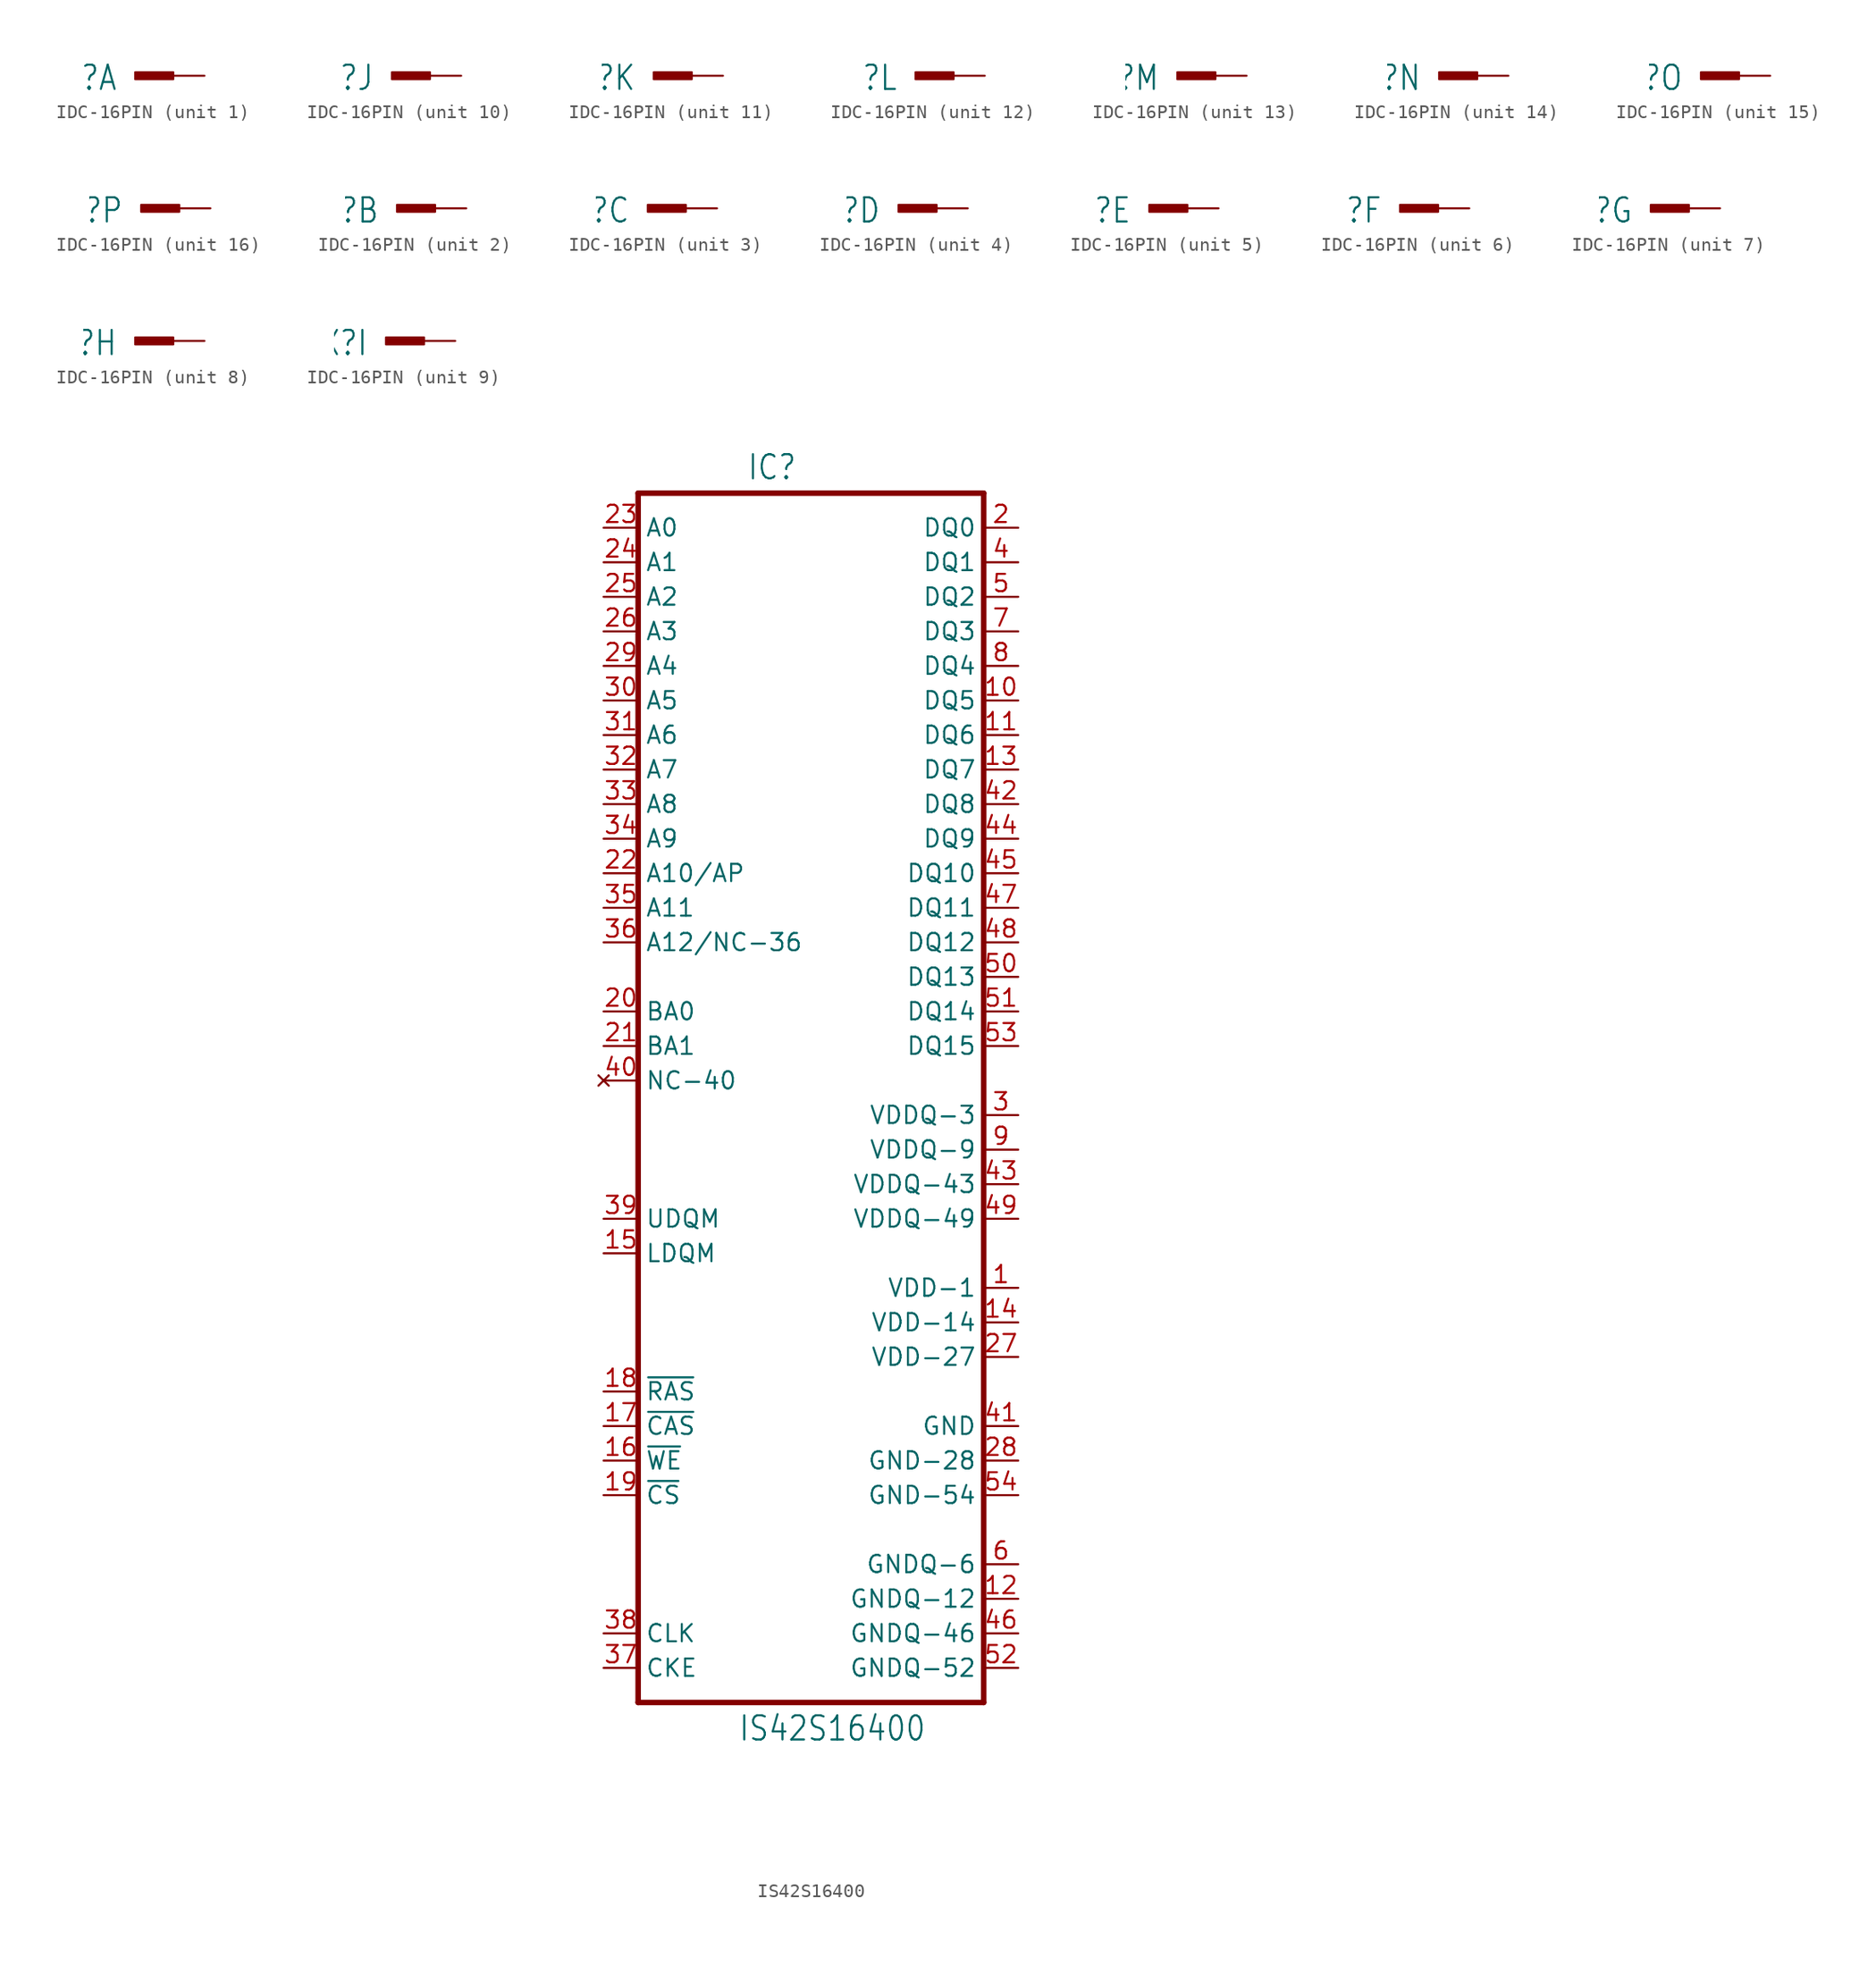
<source format=kicad_sym>
(kicad_symbol_lib
  (version 20211014)
  (generator kicad_symbol_editor)
  (symbol "IDC-16PIN"
    (property "Reference" "X"
      (at -6.35 0.889 0)
      (effects (font (size 1.778 1.511)) (justify right top)))
    (property "ki_locked" ""
      (at 0 0 0)
      (effects (font (size 1.27 1.27))))
    (symbol "IDC-16PIN_1_0"
      (rectangle (start -5.08 -0.254) (end -2.286 0.254) (stroke (width 0) (type default) (color 0 0 0 0)) (fill (type outline)))
      (pin passive line (at 0 0 180) (length 2.54) (name "1" (effects (font (size 0 0)))) (number "1" (effects (font (size 0 0))))))
    (symbol "IDC-16PIN_2_0"
      (rectangle (start -5.08 -0.254) (end -2.286 0.254) (stroke (width 0) (type default) (color 0 0 0 0)) (fill (type outline)))
      (pin passive line (at 0 0 180) (length 2.54) (name "1" (effects (font (size 0 0)))) (number "2" (effects (font (size 0 0))))))
    (symbol "IDC-16PIN_3_0"
      (rectangle (start -5.08 -0.254) (end -2.286 0.254) (stroke (width 0) (type default) (color 0 0 0 0)) (fill (type outline)))
      (pin passive line (at 0 0 180) (length 2.54) (name "1" (effects (font (size 0 0)))) (number "3" (effects (font (size 0 0))))))
    (symbol "IDC-16PIN_4_0"
      (rectangle (start -5.08 -0.254) (end -2.286 0.254) (stroke (width 0) (type default) (color 0 0 0 0)) (fill (type outline)))
      (pin passive line (at 0 0 180) (length 2.54) (name "1" (effects (font (size 0 0)))) (number "4" (effects (font (size 0 0))))))
    (symbol "IDC-16PIN_5_0"
      (rectangle (start -5.08 -0.254) (end -2.286 0.254) (stroke (width 0) (type default) (color 0 0 0 0)) (fill (type outline)))
      (pin passive line (at 0 0 180) (length 2.54) (name "1" (effects (font (size 0 0)))) (number "5" (effects (font (size 0 0))))))
    (symbol "IDC-16PIN_6_0"
      (rectangle (start -5.08 -0.254) (end -2.286 0.254) (stroke (width 0) (type default) (color 0 0 0 0)) (fill (type outline)))
      (pin passive line (at 0 0 180) (length 2.54) (name "1" (effects (font (size 0 0)))) (number "6" (effects (font (size 0 0))))))
    (symbol "IDC-16PIN_7_0"
      (rectangle (start -5.08 -0.254) (end -2.286 0.254) (stroke (width 0) (type default) (color 0 0 0 0)) (fill (type outline)))
      (pin passive line (at 0 0 180) (length 2.54) (name "1" (effects (font (size 0 0)))) (number "7" (effects (font (size 0 0))))))
    (symbol "IDC-16PIN_8_0"
      (rectangle (start -5.08 -0.254) (end -2.286 0.254) (stroke (width 0) (type default) (color 0 0 0 0)) (fill (type outline)))
      (pin passive line (at 0 0 180) (length 2.54) (name "1" (effects (font (size 0 0)))) (number "8" (effects (font (size 0 0))))))
    (symbol "IDC-16PIN_9_0"
      (rectangle (start -5.08 -0.254) (end -2.286 0.254) (stroke (width 0) (type default) (color 0 0 0 0)) (fill (type outline)))
      (pin passive line (at 0 0 180) (length 2.54) (name "1" (effects (font (size 0 0)))) (number "9" (effects (font (size 0 0))))))
    (symbol "IDC-16PIN_10_0"
      (rectangle (start -5.08 -0.254) (end -2.286 0.254) (stroke (width 0) (type default) (color 0 0 0 0)) (fill (type outline)))
      (pin passive line (at 0 0 180) (length 2.54) (name "1" (effects (font (size 0 0)))) (number "10" (effects (font (size 0 0))))))
    (symbol "IDC-16PIN_11_0"
      (rectangle (start -5.08 -0.254) (end -2.286 0.254) (stroke (width 0) (type default) (color 0 0 0 0)) (fill (type outline)))
      (pin passive line (at 0 0 180) (length 2.54) (name "1" (effects (font (size 0 0)))) (number "11" (effects (font (size 0 0))))))
    (symbol "IDC-16PIN_12_0"
      (rectangle (start -5.08 -0.254) (end -2.286 0.254) (stroke (width 0) (type default) (color 0 0 0 0)) (fill (type outline)))
      (pin passive line (at 0 0 180) (length 2.54) (name "1" (effects (font (size 0 0)))) (number "12" (effects (font (size 0 0))))))
    (symbol "IDC-16PIN_13_0"
      (rectangle (start -5.08 -0.254) (end -2.286 0.254) (stroke (width 0) (type default) (color 0 0 0 0)) (fill (type outline)))
      (pin passive line (at 0 0 180) (length 2.54) (name "1" (effects (font (size 0 0)))) (number "13" (effects (font (size 0 0))))))
    (symbol "IDC-16PIN_14_0"
      (rectangle (start -5.08 -0.254) (end -2.286 0.254) (stroke (width 0) (type default) (color 0 0 0 0)) (fill (type outline)))
      (pin passive line (at 0 0 180) (length 2.54) (name "1" (effects (font (size 0 0)))) (number "14" (effects (font (size 0 0))))))
    (symbol "IDC-16PIN_15_0"
      (rectangle (start -5.08 -0.254) (end -2.286 0.254) (stroke (width 0) (type default) (color 0 0 0 0)) (fill (type outline)))
      (pin passive line (at 0 0 180) (length 2.54) (name "1" (effects (font (size 0 0)))) (number "15" (effects (font (size 0 0))))))
    (symbol "IDC-16PIN_16_0"
      (rectangle (start -5.08 -0.254) (end -2.286 0.254) (stroke (width 0) (type default) (color 0 0 0 0)) (fill (type outline)))
      (pin passive line (at 0 0 180) (length 2.54) (name "1" (effects (font (size 0 0)))) (number "16" (effects (font (size 0 0)))))))
  (symbol "IS42S16400"
    (property "Reference" "IC"
      (at -4.724 44.044 0)
      (effects (font (size 1.778 1.511)) (justify left bottom)))
    (property "Value" "IS42S16400"
      (at -5.359 -48.666 0)
      (effects (font (size 1.778 1.511)) (justify left bottom)))
    (property "ki_locked" ""
      (at 0 0 0)
      (effects (font (size 1.27 1.27))))
    (symbol "IS42S16400_1_0"
      (polyline (pts (xy -12.7 -45.72) (xy 12.7 -45.72)) (stroke (width 0.406) (type default) (color 0 0 0 0)) (fill (type none)))
      (polyline (pts (xy -12.7 43.18) (xy -12.7 -45.72)) (stroke (width 0.406) (type default) (color 0 0 0 0)) (fill (type none)))
      (polyline (pts (xy 12.7 -45.72) (xy 12.7 43.18)) (stroke (width 0.406) (type default) (color 0 0 0 0)) (fill (type none)))
      (polyline (pts (xy 12.7 43.18) (xy -12.7 43.18)) (stroke (width 0.406) (type default) (color 0 0 0 0)) (fill (type none)))
      (pin power_in line (at 15.24 -15.24 180) (length 2.54) (name "VDD-1" (effects (font (size 1.27 1.27)))) (number "1" (effects (font (size 1.27 1.27)))))
      (pin bidirectional line (at 15.24 27.94 180) (length 2.54) (name "DQ5" (effects (font (size 1.27 1.27)))) (number "10" (effects (font (size 1.27 1.27)))))
      (pin bidirectional line (at 15.24 25.4 180) (length 2.54) (name "DQ6" (effects (font (size 1.27 1.27)))) (number "11" (effects (font (size 1.27 1.27)))))
      (pin power_in line (at 15.24 -38.1 180) (length 2.54) (name "GNDQ-12" (effects (font (size 1.27 1.27)))) (number "12" (effects (font (size 1.27 1.27)))))
      (pin bidirectional line (at 15.24 22.86 180) (length 2.54) (name "DQ7" (effects (font (size 1.27 1.27)))) (number "13" (effects (font (size 1.27 1.27)))))
      (pin power_in line (at 15.24 -17.78 180) (length 2.54) (name "VDD-14" (effects (font (size 1.27 1.27)))) (number "14" (effects (font (size 1.27 1.27)))))
      (pin input line (at -15.24 -12.7 0) (length 2.54) (name "LDQM" (effects (font (size 1.27 1.27)))) (number "15" (effects (font (size 1.27 1.27)))))
      (pin input line (at -15.24 -27.94 0) (length 2.54) (name "~{WE}" (effects (font (size 1.27 1.27)))) (number "16" (effects (font (size 1.27 1.27)))))
      (pin input line (at -15.24 -25.4 0) (length 2.54) (name "~{CAS}" (effects (font (size 1.27 1.27)))) (number "17" (effects (font (size 1.27 1.27)))))
      (pin input line (at -15.24 -22.86 0) (length 2.54) (name "~{RAS}" (effects (font (size 1.27 1.27)))) (number "18" (effects (font (size 1.27 1.27)))))
      (pin input line (at -15.24 -30.48 0) (length 2.54) (name "~{CS}" (effects (font (size 1.27 1.27)))) (number "19" (effects (font (size 1.27 1.27)))))
      (pin bidirectional line (at 15.24 40.64 180) (length 2.54) (name "DQ0" (effects (font (size 1.27 1.27)))) (number "2" (effects (font (size 1.27 1.27)))))
      (pin input line (at -15.24 5.08 0) (length 2.54) (name "BA0" (effects (font (size 1.27 1.27)))) (number "20" (effects (font (size 1.27 1.27)))))
      (pin input line (at -15.24 2.54 0) (length 2.54) (name "BA1" (effects (font (size 1.27 1.27)))) (number "21" (effects (font (size 1.27 1.27)))))
      (pin input line (at -15.24 15.24 0) (length 2.54) (name "A10/AP" (effects (font (size 1.27 1.27)))) (number "22" (effects (font (size 1.27 1.27)))))
      (pin input line (at -15.24 40.64 0) (length 2.54) (name "A0" (effects (font (size 1.27 1.27)))) (number "23" (effects (font (size 1.27 1.27)))))
      (pin input line (at -15.24 38.1 0) (length 2.54) (name "A1" (effects (font (size 1.27 1.27)))) (number "24" (effects (font (size 1.27 1.27)))))
      (pin input line (at -15.24 35.56 0) (length 2.54) (name "A2" (effects (font (size 1.27 1.27)))) (number "25" (effects (font (size 1.27 1.27)))))
      (pin input line (at -15.24 33.02 0) (length 2.54) (name "A3" (effects (font (size 1.27 1.27)))) (number "26" (effects (font (size 1.27 1.27)))))
      (pin power_in line (at 15.24 -20.32 180) (length 2.54) (name "VDD-27" (effects (font (size 1.27 1.27)))) (number "27" (effects (font (size 1.27 1.27)))))
      (pin power_in line (at 15.24 -27.94 180) (length 2.54) (name "GND-28" (effects (font (size 1.27 1.27)))) (number "28" (effects (font (size 1.27 1.27)))))
      (pin input line (at -15.24 30.48 0) (length 2.54) (name "A4" (effects (font (size 1.27 1.27)))) (number "29" (effects (font (size 1.27 1.27)))))
      (pin power_in line (at 15.24 -2.54 180) (length 2.54) (name "VDDQ-3" (effects (font (size 1.27 1.27)))) (number "3" (effects (font (size 1.27 1.27)))))
      (pin input line (at -15.24 27.94 0) (length 2.54) (name "A5" (effects (font (size 1.27 1.27)))) (number "30" (effects (font (size 1.27 1.27)))))
      (pin input line (at -15.24 25.4 0) (length 2.54) (name "A6" (effects (font (size 1.27 1.27)))) (number "31" (effects (font (size 1.27 1.27)))))
      (pin input line (at -15.24 22.86 0) (length 2.54) (name "A7" (effects (font (size 1.27 1.27)))) (number "32" (effects (font (size 1.27 1.27)))))
      (pin input line (at -15.24 20.32 0) (length 2.54) (name "A8" (effects (font (size 1.27 1.27)))) (number "33" (effects (font (size 1.27 1.27)))))
      (pin input line (at -15.24 17.78 0) (length 2.54) (name "A9" (effects (font (size 1.27 1.27)))) (number "34" (effects (font (size 1.27 1.27)))))
      (pin input line (at -15.24 12.7 0) (length 2.54) (name "A11" (effects (font (size 1.27 1.27)))) (number "35" (effects (font (size 1.27 1.27)))))
      (pin passive line (at -15.24 10.16 0) (length 2.54) (name "A12/NC-36" (effects (font (size 1.27 1.27)))) (number "36" (effects (font (size 1.27 1.27)))))
      (pin input line (at -15.24 -43.18 0) (length 2.54) (name "CKE" (effects (font (size 1.27 1.27)))) (number "37" (effects (font (size 1.27 1.27)))))
      (pin input line (at -15.24 -40.64 0) (length 2.54) (name "CLK" (effects (font (size 1.27 1.27)))) (number "38" (effects (font (size 1.27 1.27)))))
      (pin input line (at -15.24 -10.16 0) (length 2.54) (name "UDQM" (effects (font (size 1.27 1.27)))) (number "39" (effects (font (size 1.27 1.27)))))
      (pin bidirectional line (at 15.24 38.1 180) (length 2.54) (name "DQ1" (effects (font (size 1.27 1.27)))) (number "4" (effects (font (size 1.27 1.27)))))
      (pin no_connect line (at -15.24 0 0) (length 2.54) (name "NC-40" (effects (font (size 1.27 1.27)))) (number "40" (effects (font (size 1.27 1.27)))))
      (pin power_in line (at 15.24 -25.4 180) (length 2.54) (name "GND" (effects (font (size 1.27 1.27)))) (number "41" (effects (font (size 1.27 1.27)))))
      (pin bidirectional line (at 15.24 20.32 180) (length 2.54) (name "DQ8" (effects (font (size 1.27 1.27)))) (number "42" (effects (font (size 1.27 1.27)))))
      (pin power_in line (at 15.24 -7.62 180) (length 2.54) (name "VDDQ-43" (effects (font (size 1.27 1.27)))) (number "43" (effects (font (size 1.27 1.27)))))
      (pin bidirectional line (at 15.24 17.78 180) (length 2.54) (name "DQ9" (effects (font (size 1.27 1.27)))) (number "44" (effects (font (size 1.27 1.27)))))
      (pin bidirectional line (at 15.24 15.24 180) (length 2.54) (name "DQ10" (effects (font (size 1.27 1.27)))) (number "45" (effects (font (size 1.27 1.27)))))
      (pin power_in line (at 15.24 -40.64 180) (length 2.54) (name "GNDQ-46" (effects (font (size 1.27 1.27)))) (number "46" (effects (font (size 1.27 1.27)))))
      (pin bidirectional line (at 15.24 12.7 180) (length 2.54) (name "DQ11" (effects (font (size 1.27 1.27)))) (number "47" (effects (font (size 1.27 1.27)))))
      (pin bidirectional line (at 15.24 10.16 180) (length 2.54) (name "DQ12" (effects (font (size 1.27 1.27)))) (number "48" (effects (font (size 1.27 1.27)))))
      (pin power_in line (at 15.24 -10.16 180) (length 2.54) (name "VDDQ-49" (effects (font (size 1.27 1.27)))) (number "49" (effects (font (size 1.27 1.27)))))
      (pin bidirectional line (at 15.24 35.56 180) (length 2.54) (name "DQ2" (effects (font (size 1.27 1.27)))) (number "5" (effects (font (size 1.27 1.27)))))
      (pin bidirectional line (at 15.24 7.62 180) (length 2.54) (name "DQ13" (effects (font (size 1.27 1.27)))) (number "50" (effects (font (size 1.27 1.27)))))
      (pin bidirectional line (at 15.24 5.08 180) (length 2.54) (name "DQ14" (effects (font (size 1.27 1.27)))) (number "51" (effects (font (size 1.27 1.27)))))
      (pin power_in line (at 15.24 -43.18 180) (length 2.54) (name "GNDQ-52" (effects (font (size 1.27 1.27)))) (number "52" (effects (font (size 1.27 1.27)))))
      (pin bidirectional line (at 15.24 2.54 180) (length 2.54) (name "DQ15" (effects (font (size 1.27 1.27)))) (number "53" (effects (font (size 1.27 1.27)))))
      (pin power_in line (at 15.24 -30.48 180) (length 2.54) (name "GND-54" (effects (font (size 1.27 1.27)))) (number "54" (effects (font (size 1.27 1.27)))))
      (pin power_in line (at 15.24 -35.56 180) (length 2.54) (name "GNDQ-6" (effects (font (size 1.27 1.27)))) (number "6" (effects (font (size 1.27 1.27)))))
      (pin bidirectional line (at 15.24 33.02 180) (length 2.54) (name "DQ3" (effects (font (size 1.27 1.27)))) (number "7" (effects (font (size 1.27 1.27)))))
      (pin bidirectional line (at 15.24 30.48 180) (length 2.54) (name "DQ4" (effects (font (size 1.27 1.27)))) (number "8" (effects (font (size 1.27 1.27)))))
      (pin power_in line (at 15.24 -5.08 180) (length 2.54) (name "VDDQ-9" (effects (font (size 1.27 1.27)))) (number "9" (effects (font (size 1.27 1.27))))))))
</source>
